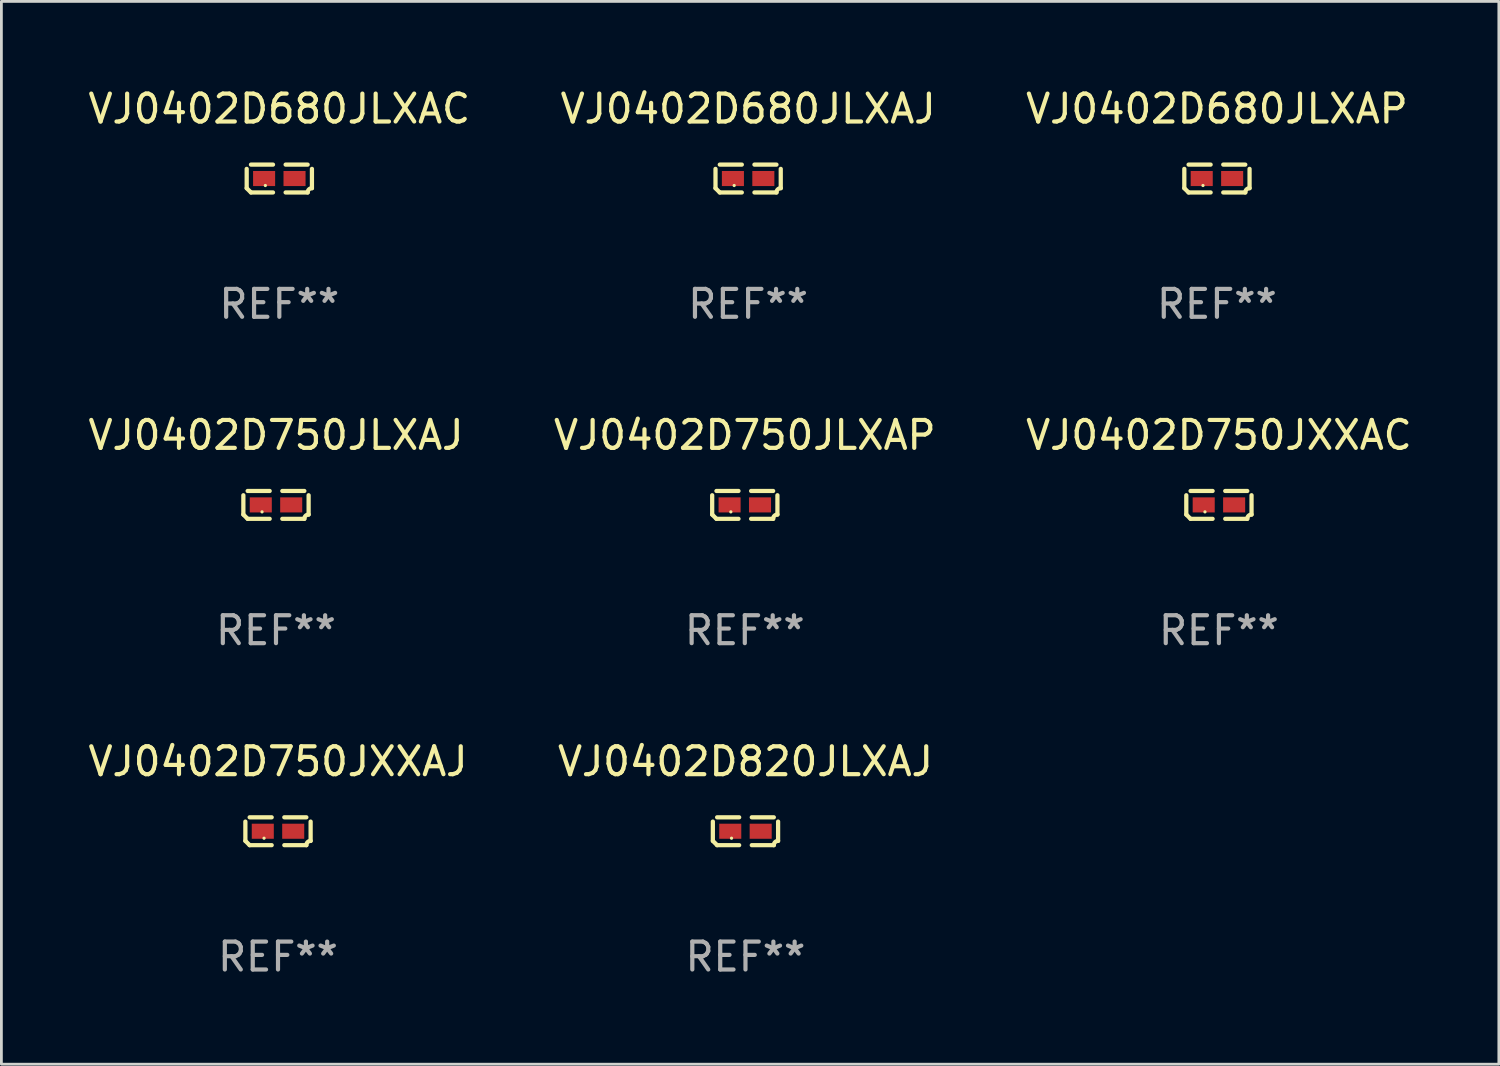
<source format=kicad_pcb>
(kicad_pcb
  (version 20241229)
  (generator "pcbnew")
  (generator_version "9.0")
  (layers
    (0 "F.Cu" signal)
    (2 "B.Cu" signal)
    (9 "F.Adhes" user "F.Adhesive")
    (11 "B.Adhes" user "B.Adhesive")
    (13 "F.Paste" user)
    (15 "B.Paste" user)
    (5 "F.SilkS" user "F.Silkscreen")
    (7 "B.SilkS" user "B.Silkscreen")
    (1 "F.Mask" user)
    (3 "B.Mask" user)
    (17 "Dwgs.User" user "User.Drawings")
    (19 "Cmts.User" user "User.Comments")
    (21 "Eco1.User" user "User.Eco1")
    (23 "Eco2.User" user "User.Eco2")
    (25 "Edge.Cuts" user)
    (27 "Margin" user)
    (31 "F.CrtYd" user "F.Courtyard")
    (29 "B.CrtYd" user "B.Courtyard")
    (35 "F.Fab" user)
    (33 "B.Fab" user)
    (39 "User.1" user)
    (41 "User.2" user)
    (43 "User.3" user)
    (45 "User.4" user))
  (footprint "VJ0402D680JLXAP"
    (layer "F.Cu")
    (at 40.554 3.347)
    (property "Reference" "VJ0402D680JLXAP" (at 0 -2.499 0) (layer "F.SilkS") (effects (font (size 1 1) (thickness 0.15))))
    (attr through_hole)
    (fp_line (start -1.169 0.346) (end -1.169 -0.346) (stroke (width 0.152) (type solid)) (layer "F.SilkS"))
    (fp_line (start -1.016 -0.499) (end -0.226 -0.499) (stroke (width 0.152) (type solid)) (layer "F.SilkS"))
    (fp_line (start -0.226 0.499) (end -1.016 0.499) (stroke (width 0.152) (type solid)) (layer "F.SilkS"))
    (fp_line (start 0.226 0.499) (end 1.016 0.499) (stroke (width 0.152) (type solid)) (layer "F.SilkS"))
    (fp_line (start 1.016 -0.499) (end 0.226 -0.499) (stroke (width 0.152) (type solid)) (layer "F.SilkS"))
    (fp_line (start 1.169 0.346) (end 1.169 -0.346) (stroke (width 0.152) (type solid)) (layer "F.SilkS"))
    (fp_arc (start -1.016307 0.498603) (mid -1.092512 0.422405) (end -1.16871 0.3462) (stroke (width 0.1524) (type solid)) (layer "F.SilkS"))
    (fp_arc (start 1.016307 0.498603) (mid 1.060899 0.390758) (end 1.168707 0.346076) (stroke (width 0.1524) (type solid)) (layer "F.SilkS"))
    (fp_circle (center -0.5 0.25) (end -0.47 0.25) (stroke (width 0.06) (type solid)) (fill no) (layer "F.SilkS"))
    (fp_text user "REF**" (at 0 4.499 0) (layer "F.Fab") (effects (font (size 1 1) (thickness 0.15))))
    (pad "1" smd rect (at -0.545 0) (size 0.79 0.54) (layers "F.Cu" "F.Mask" "F.Paste"))
    (pad "2" smd rect (at 0.545 0) (size 0.79 0.54) (layers "F.Cu" "F.Mask" "F.Paste")))
  (footprint "VJ0402D680JLXAJ"
    (layer "F.Cu")
    (at 23.756 3.347)
    (property "Reference" "VJ0402D680JLXAJ" (at 0 -2.499 0) (layer "F.SilkS") (effects (font (size 1 1) (thickness 0.15))))
    (attr through_hole)
    (fp_line (start -1.169 0.346) (end -1.169 -0.346) (stroke (width 0.152) (type solid)) (layer "F.SilkS"))
    (fp_line (start -1.016 -0.499) (end -0.226 -0.499) (stroke (width 0.152) (type solid)) (layer "F.SilkS"))
    (fp_line (start -0.226 0.499) (end -1.016 0.499) (stroke (width 0.152) (type solid)) (layer "F.SilkS"))
    (fp_line (start 0.226 0.499) (end 1.016 0.499) (stroke (width 0.152) (type solid)) (layer "F.SilkS"))
    (fp_line (start 1.016 -0.499) (end 0.226 -0.499) (stroke (width 0.152) (type solid)) (layer "F.SilkS"))
    (fp_line (start 1.169 0.346) (end 1.169 -0.346) (stroke (width 0.152) (type solid)) (layer "F.SilkS"))
    (fp_arc (start -1.016307 0.498603) (mid -1.092512 0.422405) (end -1.16871 0.3462) (stroke (width 0.1524) (type solid)) (layer "F.SilkS"))
    (fp_arc (start 1.016307 0.498603) (mid 1.060899 0.390758) (end 1.168707 0.346076) (stroke (width 0.1524) (type solid)) (layer "F.SilkS"))
    (fp_circle (center -0.5 0.25) (end -0.47 0.25) (stroke (width 0.06) (type solid)) (fill no) (layer "F.SilkS"))
    (fp_text user "REF**" (at 0 4.499 0) (layer "F.Fab") (effects (font (size 1 1) (thickness 0.15))))
    (pad "1" smd rect (at -0.545 0) (size 0.79 0.54) (layers "F.Cu" "F.Mask" "F.Paste"))
    (pad "2" smd rect (at 0.545 0) (size 0.79 0.54) (layers "F.Cu" "F.Mask" "F.Paste")))
  (footprint "VJ0402D750JXXAJ"
    (layer "F.Cu")
    (at 6.911 26.734)
    (property "Reference" "VJ0402D750JXXAJ" (at 0 -2.499 0) (layer "F.SilkS") (effects (font (size 1 1) (thickness 0.15))))
    (attr through_hole)
    (fp_line (start -1.169 0.346) (end -1.169 -0.346) (stroke (width 0.152) (type solid)) (layer "F.SilkS"))
    (fp_line (start -1.016 -0.499) (end -0.226 -0.499) (stroke (width 0.152) (type solid)) (layer "F.SilkS"))
    (fp_line (start -0.226 0.499) (end -1.016 0.499) (stroke (width 0.152) (type solid)) (layer "F.SilkS"))
    (fp_line (start 0.226 0.499) (end 1.016 0.499) (stroke (width 0.152) (type solid)) (layer "F.SilkS"))
    (fp_line (start 1.016 -0.499) (end 0.226 -0.499) (stroke (width 0.152) (type solid)) (layer "F.SilkS"))
    (fp_line (start 1.169 0.346) (end 1.169 -0.346) (stroke (width 0.152) (type solid)) (layer "F.SilkS"))
    (fp_arc (start -1.016307 0.498603) (mid -1.092512 0.422405) (end -1.16871 0.3462) (stroke (width 0.1524) (type solid)) (layer "F.SilkS"))
    (fp_arc (start 1.016307 0.498603) (mid 1.060899 0.390758) (end 1.168707 0.346076) (stroke (width 0.1524) (type solid)) (layer "F.SilkS"))
    (fp_circle (center -0.5 0.25) (end -0.47 0.25) (stroke (width 0.06) (type solid)) (fill no) (layer "F.SilkS"))
    (fp_text user "REF**" (at 0 4.499 0) (layer "F.Fab") (effects (font (size 1 1) (thickness 0.15))))
    (pad "1" smd rect (at -0.545 0) (size 0.79 0.54) (layers "F.Cu" "F.Mask" "F.Paste"))
    (pad "2" smd rect (at 0.545 0) (size 0.79 0.54) (layers "F.Cu" "F.Mask" "F.Paste")))
  (footprint "VJ0402D820JLXAJ"
    (layer "F.Cu")
    (at 23.661 26.734)
    (property "Reference" "VJ0402D820JLXAJ" (at 0 -2.499 0) (layer "F.SilkS") (effects (font (size 1 1) (thickness 0.15))))
    (attr through_hole)
    (fp_line (start -1.169 0.346) (end -1.169 -0.346) (stroke (width 0.152) (type solid)) (layer "F.SilkS"))
    (fp_line (start -1.016 -0.499) (end -0.226 -0.499) (stroke (width 0.152) (type solid)) (layer "F.SilkS"))
    (fp_line (start -0.226 0.499) (end -1.016 0.499) (stroke (width 0.152) (type solid)) (layer "F.SilkS"))
    (fp_line (start 0.226 0.499) (end 1.016 0.499) (stroke (width 0.152) (type solid)) (layer "F.SilkS"))
    (fp_line (start 1.016 -0.499) (end 0.226 -0.499) (stroke (width 0.152) (type solid)) (layer "F.SilkS"))
    (fp_line (start 1.169 0.346) (end 1.169 -0.346) (stroke (width 0.152) (type solid)) (layer "F.SilkS"))
    (fp_arc (start -1.016307 0.498603) (mid -1.092512 0.422405) (end -1.16871 0.3462) (stroke (width 0.1524) (type solid)) (layer "F.SilkS"))
    (fp_arc (start 1.016307 0.498603) (mid 1.060899 0.390758) (end 1.168707 0.346076) (stroke (width 0.1524) (type solid)) (layer "F.SilkS"))
    (fp_circle (center -0.5 0.25) (end -0.47 0.25) (stroke (width 0.06) (type solid)) (fill no) (layer "F.SilkS"))
    (fp_text user "REF**" (at 0 4.499 0) (layer "F.Fab") (effects (font (size 1 1) (thickness 0.15))))
    (pad "1" smd rect (at -0.545 0) (size 0.79 0.54) (layers "F.Cu" "F.Mask" "F.Paste"))
    (pad "2" smd rect (at 0.545 0) (size 0.79 0.54) (layers "F.Cu" "F.Mask" "F.Paste")))
  (footprint "VJ0402D750JXXAC"
    (layer "F.Cu")
    (at 40.625 15.041)
    (property "Reference" "VJ0402D750JXXAC" (at 0 -2.499 0) (layer "F.SilkS") (effects (font (size 1 1) (thickness 0.15))))
    (attr through_hole)
    (fp_line (start -1.169 0.346) (end -1.169 -0.346) (stroke (width 0.152) (type solid)) (layer "F.SilkS"))
    (fp_line (start -1.016 -0.499) (end -0.226 -0.499) (stroke (width 0.152) (type solid)) (layer "F.SilkS"))
    (fp_line (start -0.226 0.499) (end -1.016 0.499) (stroke (width 0.152) (type solid)) (layer "F.SilkS"))
    (fp_line (start 0.226 0.499) (end 1.016 0.499) (stroke (width 0.152) (type solid)) (layer "F.SilkS"))
    (fp_line (start 1.016 -0.499) (end 0.226 -0.499) (stroke (width 0.152) (type solid)) (layer "F.SilkS"))
    (fp_line (start 1.169 0.346) (end 1.169 -0.346) (stroke (width 0.152) (type solid)) (layer "F.SilkS"))
    (fp_arc (start -1.016307 0.498603) (mid -1.092512 0.422405) (end -1.16871 0.3462) (stroke (width 0.1524) (type solid)) (layer "F.SilkS"))
    (fp_arc (start 1.016307 0.498603) (mid 1.060899 0.390758) (end 1.168707 0.346076) (stroke (width 0.1524) (type solid)) (layer "F.SilkS"))
    (fp_circle (center -0.5 0.25) (end -0.47 0.25) (stroke (width 0.06) (type solid)) (fill no) (layer "F.SilkS"))
    (fp_text user "REF**" (at 0 4.499 0) (layer "F.Fab") (effects (font (size 1 1) (thickness 0.15))))
    (pad "1" smd rect (at -0.545 0) (size 0.79 0.54) (layers "F.Cu" "F.Mask" "F.Paste"))
    (pad "2" smd rect (at 0.545 0) (size 0.79 0.54) (layers "F.Cu" "F.Mask" "F.Paste")))
  (footprint "VJ0402D750JLXAP"
    (layer "F.Cu")
    (at 23.637 15.041)
    (property "Reference" "VJ0402D750JLXAP" (at 0 -2.499 0) (layer "F.SilkS") (effects (font (size 1 1) (thickness 0.15))))
    (attr through_hole)
    (fp_line (start -1.169 0.346) (end -1.169 -0.346) (stroke (width 0.152) (type solid)) (layer "F.SilkS"))
    (fp_line (start -1.016 -0.499) (end -0.226 -0.499) (stroke (width 0.152) (type solid)) (layer "F.SilkS"))
    (fp_line (start -0.226 0.499) (end -1.016 0.499) (stroke (width 0.152) (type solid)) (layer "F.SilkS"))
    (fp_line (start 0.226 0.499) (end 1.016 0.499) (stroke (width 0.152) (type solid)) (layer "F.SilkS"))
    (fp_line (start 1.016 -0.499) (end 0.226 -0.499) (stroke (width 0.152) (type solid)) (layer "F.SilkS"))
    (fp_line (start 1.169 0.346) (end 1.169 -0.346) (stroke (width 0.152) (type solid)) (layer "F.SilkS"))
    (fp_arc (start -1.016307 0.498603) (mid -1.092512 0.422405) (end -1.16871 0.3462) (stroke (width 0.1524) (type solid)) (layer "F.SilkS"))
    (fp_arc (start 1.016307 0.498603) (mid 1.060899 0.390758) (end 1.168707 0.346076) (stroke (width 0.1524) (type solid)) (layer "F.SilkS"))
    (fp_circle (center -0.5 0.25) (end -0.47 0.25) (stroke (width 0.06) (type solid)) (fill no) (layer "F.SilkS"))
    (fp_text user "REF**" (at 0 4.499 0) (layer "F.Fab") (effects (font (size 1 1) (thickness 0.15))))
    (pad "1" smd rect (at -0.545 0) (size 0.79 0.54) (layers "F.Cu" "F.Mask" "F.Paste"))
    (pad "2" smd rect (at 0.545 0) (size 0.79 0.54) (layers "F.Cu" "F.Mask" "F.Paste")))
  (footprint "VJ0402D680JLXAC"
    (layer "F.Cu")
    (at 6.958 3.347)
    (property "Reference" "VJ0402D680JLXAC" (at 0 -2.499 0) (layer "F.SilkS") (effects (font (size 1 1) (thickness 0.15))))
    (attr through_hole)
    (fp_line (start -1.169 0.346) (end -1.169 -0.346) (stroke (width 0.152) (type solid)) (layer "F.SilkS"))
    (fp_line (start -1.016 -0.499) (end -0.226 -0.499) (stroke (width 0.152) (type solid)) (layer "F.SilkS"))
    (fp_line (start -0.226 0.499) (end -1.016 0.499) (stroke (width 0.152) (type solid)) (layer "F.SilkS"))
    (fp_line (start 0.226 0.499) (end 1.016 0.499) (stroke (width 0.152) (type solid)) (layer "F.SilkS"))
    (fp_line (start 1.016 -0.499) (end 0.226 -0.499) (stroke (width 0.152) (type solid)) (layer "F.SilkS"))
    (fp_line (start 1.169 0.346) (end 1.169 -0.346) (stroke (width 0.152) (type solid)) (layer "F.SilkS"))
    (fp_arc (start -1.016307 0.498603) (mid -1.092512 0.422405) (end -1.16871 0.3462) (stroke (width 0.1524) (type solid)) (layer "F.SilkS"))
    (fp_arc (start 1.016307 0.498603) (mid 1.060899 0.390758) (end 1.168707 0.346076) (stroke (width 0.1524) (type solid)) (layer "F.SilkS"))
    (fp_circle (center -0.5 0.25) (end -0.47 0.25) (stroke (width 0.06) (type solid)) (fill no) (layer "F.SilkS"))
    (fp_text user "REF**" (at 0 4.499 0) (layer "F.Fab") (effects (font (size 1 1) (thickness 0.15))))
    (pad "1" smd rect (at -0.545 0) (size 0.79 0.54) (layers "F.Cu" "F.Mask" "F.Paste"))
    (pad "2" smd rect (at 0.545 0) (size 0.79 0.54) (layers "F.Cu" "F.Mask" "F.Paste")))
  (footprint "VJ0402D750JLXAJ"
    (layer "F.Cu")
    (at 6.839 15.041)
    (property "Reference" "VJ0402D750JLXAJ" (at 0 -2.499 0) (layer "F.SilkS") (effects (font (size 1 1) (thickness 0.15))))
    (attr through_hole)
    (fp_line (start -1.169 0.346) (end -1.169 -0.346) (stroke (width 0.152) (type solid)) (layer "F.SilkS"))
    (fp_line (start -1.016 -0.499) (end -0.226 -0.499) (stroke (width 0.152) (type solid)) (layer "F.SilkS"))
    (fp_line (start -0.226 0.499) (end -1.016 0.499) (stroke (width 0.152) (type solid)) (layer "F.SilkS"))
    (fp_line (start 0.226 0.499) (end 1.016 0.499) (stroke (width 0.152) (type solid)) (layer "F.SilkS"))
    (fp_line (start 1.016 -0.499) (end 0.226 -0.499) (stroke (width 0.152) (type solid)) (layer "F.SilkS"))
    (fp_line (start 1.169 0.346) (end 1.169 -0.346) (stroke (width 0.152) (type solid)) (layer "F.SilkS"))
    (fp_arc (start -1.016307 0.498603) (mid -1.092512 0.422405) (end -1.16871 0.3462) (stroke (width 0.1524) (type solid)) (layer "F.SilkS"))
    (fp_arc (start 1.016307 0.498603) (mid 1.060899 0.390758) (end 1.168707 0.346076) (stroke (width 0.1524) (type solid)) (layer "F.SilkS"))
    (fp_circle (center -0.5 0.25) (end -0.47 0.25) (stroke (width 0.06) (type solid)) (fill no) (layer "F.SilkS"))
    (fp_text user "REF**" (at 0 4.499 0) (layer "F.Fab") (effects (font (size 1 1) (thickness 0.15))))
    (pad "1" smd rect (at -0.545 0) (size 0.79 0.54) (layers "F.Cu" "F.Mask" "F.Paste"))
    (pad "2" smd rect (at 0.545 0) (size 0.79 0.54) (layers "F.Cu" "F.Mask" "F.Paste")))
  (gr_rect
    (start -3 -3)
    (end 50.655 35.081)
    (stroke (width 0.1) (type default))
    (fill no)
    (layer "Edge.Cuts")))
</source>
